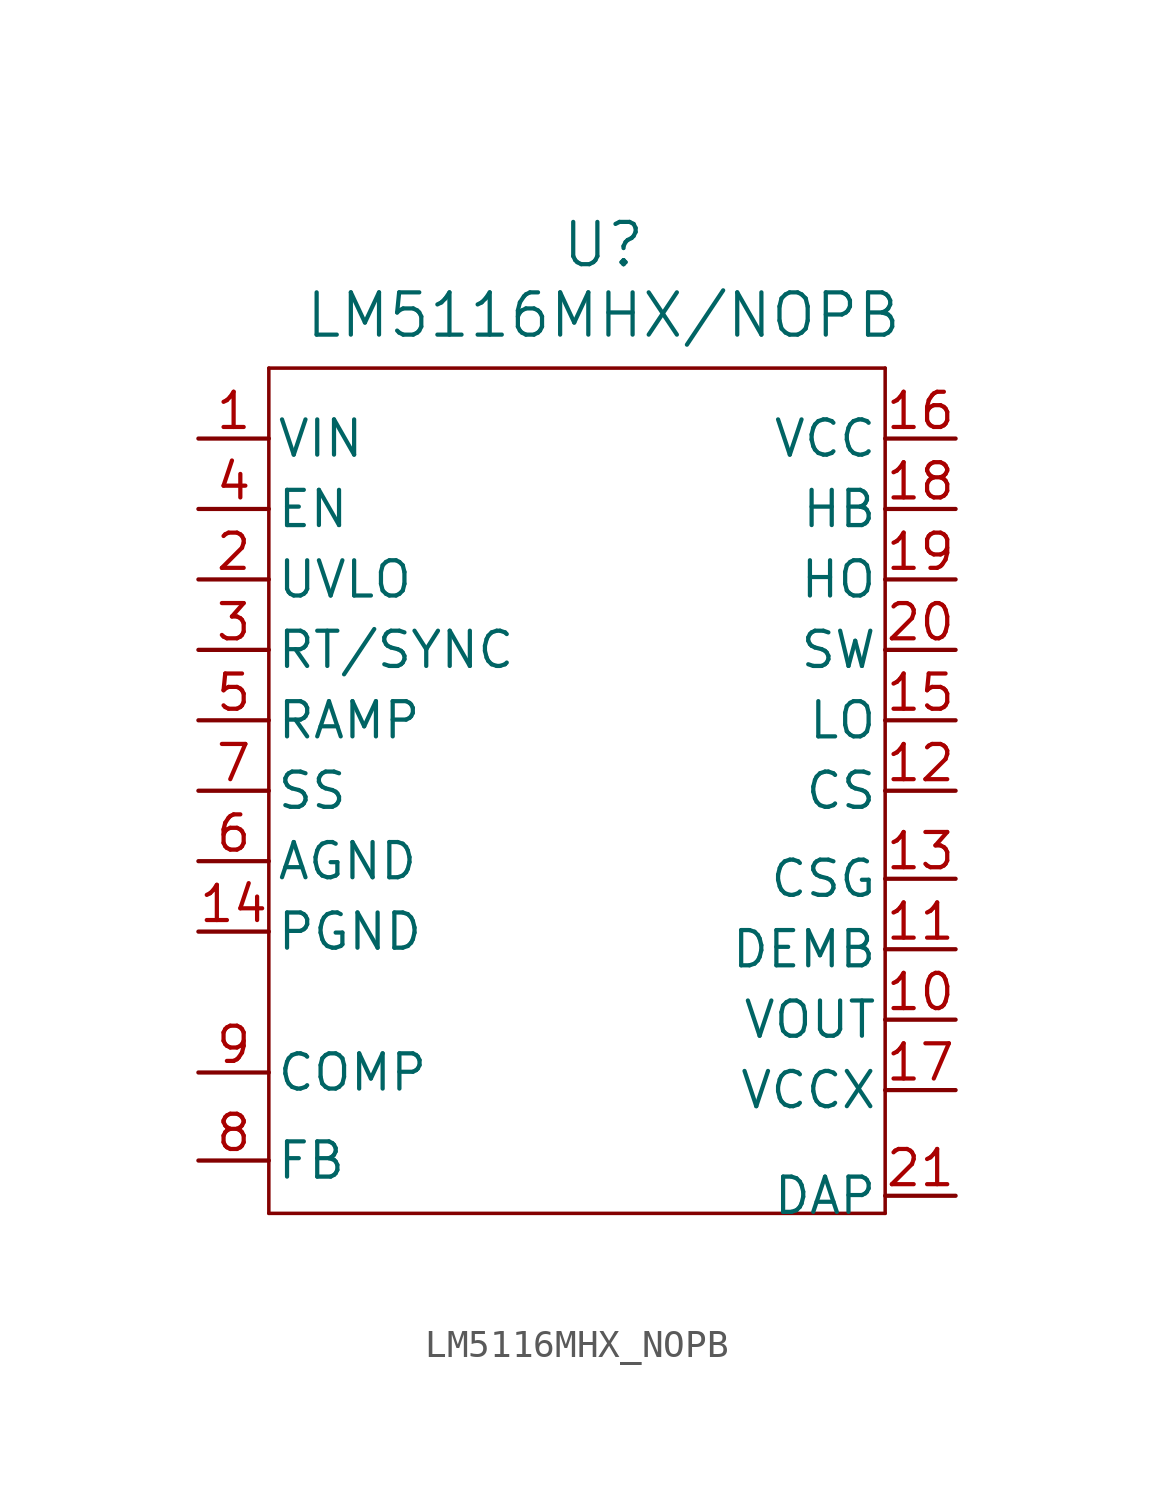
<source format=kicad_sym>
(kicad_symbol_lib
  (version 20220914)
  (generator kicad_symbol_editor)
  (symbol "LM5116MHX_NOPB"
    (pin_names
      (offset 0.254))
    (property "Reference" "U"
      (at 0 19.05 0)
      (effects (font (size 1.524 1.524))))
    (property "Value" "LM5116MHX/NOPB"
      (at 0 16.51 0)
      (effects (font (size 1.524 1.524))))
    (property "ki_locked" ""
      (at 0 0 0)
      (effects (font (size 1.27 1.27))))
    (symbol "LM5116MHX_NOPB_0_1"
      (polyline (pts (xy -12.065 -15.875) (xy 10.16 -15.875)) (stroke (width 0.127) (type default)) (fill (type none)))
      (polyline (pts (xy -12.065 14.605) (xy -12.065 -15.875)) (stroke (width 0.127) (type default)) (fill (type none)))
      (polyline (pts (xy 10.16 -15.875) (xy 10.16 14.605)) (stroke (width 0.127) (type default)) (fill (type none)))
      (polyline (pts (xy 10.16 14.605) (xy -12.065 14.605)) (stroke (width 0.127) (type default)) (fill (type none)))
      (pin power_in line (at -14.605 12.065 0) (length 2.54) (name "VIN" (effects (font (size 1.27 1.27)))) (number "1" (effects (font (size 1.27 1.27)))))
      (pin passive line (at 12.7 -8.89 180) (length 2.54) (name "VOUT" (effects (font (size 1.27 1.27)))) (number "10" (effects (font (size 1.27 1.27)))))
      (pin input line (at 12.7 -6.35 180) (length 2.54) (name "DEMB" (effects (font (size 1.27 1.27)))) (number "11" (effects (font (size 1.27 1.27)))))
      (pin input line (at 12.7 -0.635 180) (length 2.54) (name "CS" (effects (font (size 1.27 1.27)))) (number "12" (effects (font (size 1.27 1.27)))))
      (pin input line (at 12.7 -3.81 180) (length 2.54) (name "CSG" (effects (font (size 1.27 1.27)))) (number "13" (effects (font (size 1.27 1.27)))))
      (pin power_in line (at -14.605 -5.715 0) (length 2.54) (name "PGND" (effects (font (size 1.27 1.27)))) (number "14" (effects (font (size 1.27 1.27)))))
      (pin output line (at 12.7 1.905 180) (length 2.54) (name "LO" (effects (font (size 1.27 1.27)))) (number "15" (effects (font (size 1.27 1.27)))))
      (pin power_in line (at 12.7 12.065 180) (length 2.54) (name "VCC" (effects (font (size 1.27 1.27)))) (number "16" (effects (font (size 1.27 1.27)))))
      (pin power_in line (at 12.7 -11.43 180) (length 2.54) (name "VCCX" (effects (font (size 1.27 1.27)))) (number "17" (effects (font (size 1.27 1.27)))))
      (pin passive line (at 12.7 9.525 180) (length 2.54) (name "HB" (effects (font (size 1.27 1.27)))) (number "18" (effects (font (size 1.27 1.27)))))
      (pin output line (at 12.7 6.985 180) (length 2.54) (name "HO" (effects (font (size 1.27 1.27)))) (number "19" (effects (font (size 1.27 1.27)))))
      (pin passive line (at -14.605 6.985 0) (length 2.54) (name "UVLO" (effects (font (size 1.27 1.27)))) (number "2" (effects (font (size 1.27 1.27)))))
      (pin power_in line (at 12.7 4.445 180) (length 2.54) (name "SW" (effects (font (size 1.27 1.27)))) (number "20" (effects (font (size 1.27 1.27)))))
      (pin power_in line (at 12.7 -15.24 180) (length 2.54) (name "DAP" (effects (font (size 1.27 1.27)))) (number "21" (effects (font (size 1.27 1.27)))))
      (pin input line (at -14.605 4.445 0) (length 2.54) (name "RT/SYNC" (effects (font (size 1.27 1.27)))) (number "3" (effects (font (size 1.27 1.27)))))
      (pin input line (at -14.605 9.525 0) (length 2.54) (name "EN" (effects (font (size 1.27 1.27)))) (number "4" (effects (font (size 1.27 1.27)))))
      (pin passive line (at -14.605 1.905 0) (length 2.54) (name "RAMP" (effects (font (size 1.27 1.27)))) (number "5" (effects (font (size 1.27 1.27)))))
      (pin power_in line (at -14.605 -3.175 0) (length 2.54) (name "AGND" (effects (font (size 1.27 1.27)))) (number "6" (effects (font (size 1.27 1.27)))))
      (pin input line (at -14.605 -0.635 0) (length 2.54) (name "SS" (effects (font (size 1.27 1.27)))) (number "7" (effects (font (size 1.27 1.27)))))
      (pin input line (at -14.605 -13.97 0) (length 2.54) (name "FB" (effects (font (size 1.27 1.27)))) (number "8" (effects (font (size 1.27 1.27)))))
      (pin passive line (at -14.605 -10.795 0) (length 2.54) (name "COMP" (effects (font (size 1.27 1.27)))) (number "9" (effects (font (size 1.27 1.27))))))))
</source>
